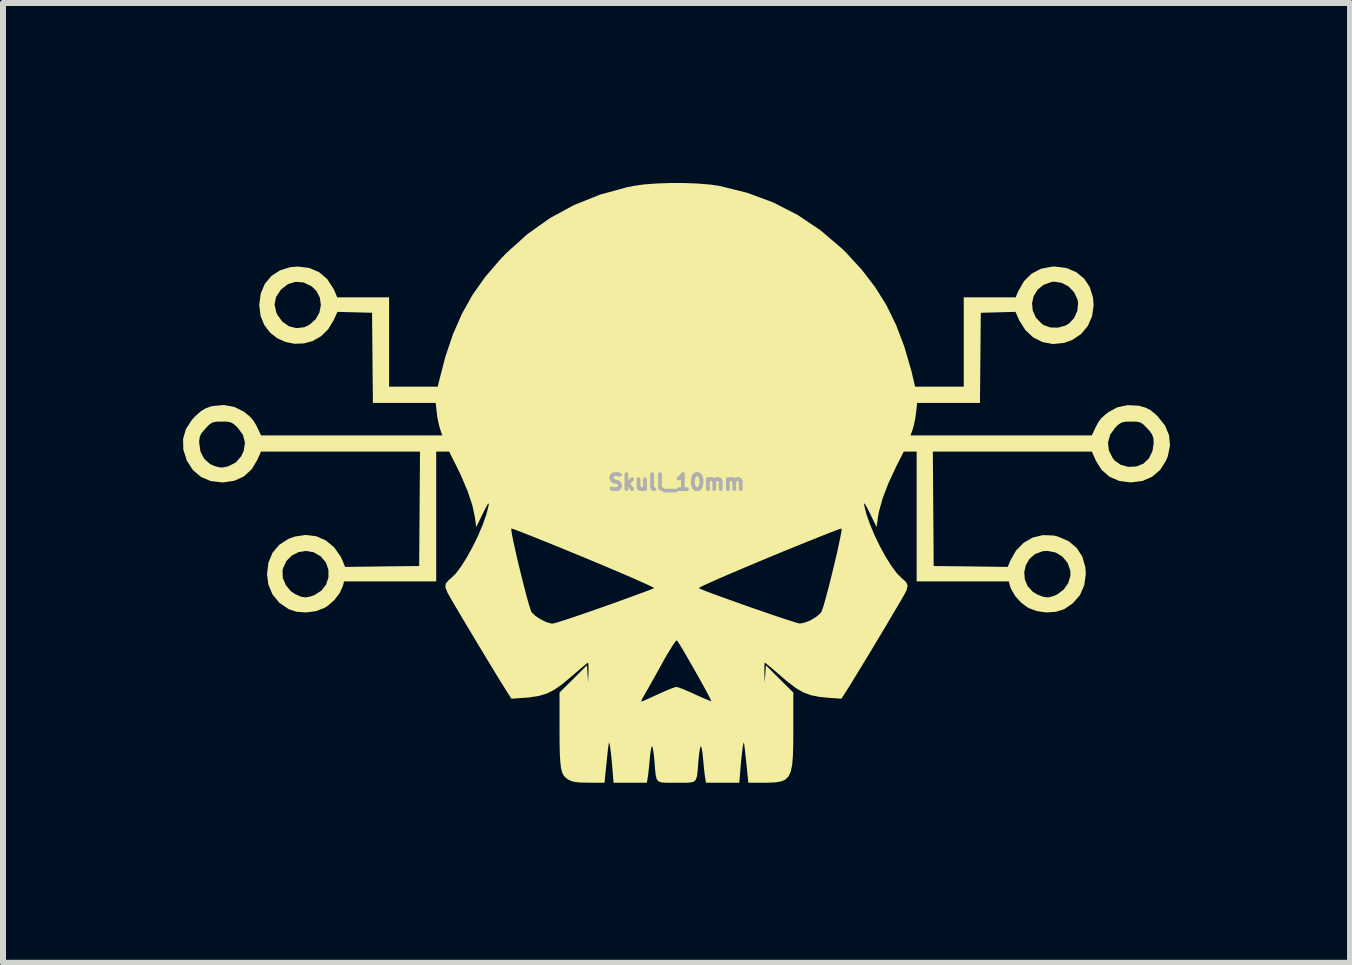
<source format=kicad_pcb>
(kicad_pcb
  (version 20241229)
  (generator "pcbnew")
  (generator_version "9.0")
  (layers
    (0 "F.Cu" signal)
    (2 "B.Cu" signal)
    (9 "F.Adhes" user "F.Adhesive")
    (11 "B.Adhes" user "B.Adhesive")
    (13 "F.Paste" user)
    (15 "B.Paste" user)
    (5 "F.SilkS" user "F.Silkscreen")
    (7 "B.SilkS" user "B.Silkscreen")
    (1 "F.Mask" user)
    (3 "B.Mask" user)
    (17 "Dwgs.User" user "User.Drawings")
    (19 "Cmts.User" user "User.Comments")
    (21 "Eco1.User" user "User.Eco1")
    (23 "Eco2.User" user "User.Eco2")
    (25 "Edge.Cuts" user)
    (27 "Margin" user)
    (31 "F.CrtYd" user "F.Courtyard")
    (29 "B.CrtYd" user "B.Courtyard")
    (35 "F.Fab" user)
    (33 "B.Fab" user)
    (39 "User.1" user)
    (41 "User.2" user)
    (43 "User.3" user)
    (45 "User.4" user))
  (footprint "Skull_10mm"
    (layer "F.Cu")
    (at 8.222 4.989)
    (property "Reference" "Skull_10mm" (at 0 0 0) (layer "F.Fab") (effects (font (size 0.25 0.25) (thickness 0.3))))
    (attr board_only exclude_from_pos_files exclude_from_bom)
    (fp_poly (pts (xy 0.133 -4.989) (xy 0.362 -4.98) (xy 0.567 -4.963) (xy 0.717 -4.941) (xy 1.18 -4.826) (xy 1.614 -4.665) (xy 2.02 -4.457) (xy 2.399 -4.203) (xy 2.752 -3.902) (xy 2.827 -3.829) (xy 3.088 -3.546) (xy 3.311 -3.255) (xy 3.502 -2.949) (xy 3.663 -2.618) (xy 3.8 -2.256) (xy 3.917 -1.852) (xy 3.96 -1.67) (xy 3.977 -1.596) (xy 4.788 -1.596) (xy 4.788 -2.985) (xy 5.926 -2.985) (xy 5.938 -2.862) (xy 5.991 -2.745) (xy 6.087 -2.645) (xy 6.12 -2.622) (xy 6.23 -2.582) (xy 6.357 -2.579) (xy 6.481 -2.613) (xy 6.541 -2.647) (xy 6.627 -2.739) (xy 6.681 -2.86) (xy 6.694 -2.989) (xy 6.684 -3.047) (xy 6.627 -3.169) (xy 6.535 -3.265) (xy 6.42 -3.326) (xy 6.294 -3.345) (xy 6.25 -3.34) (xy 6.117 -3.292) (xy 6.017 -3.21) (xy 5.953 -3.104) (xy 5.926 -2.985) (xy 4.788 -2.985) (xy 4.788 -3.084) (xy 5.653 -3.084) (xy 5.695 -3.184) (xy 5.791 -3.353) (xy 5.919 -3.479) (xy 6.076 -3.561) (xy 6.26 -3.596) (xy 6.309 -3.597) (xy 6.499 -3.573) (xy 6.663 -3.504) (xy 6.794 -3.396) (xy 6.889 -3.253) (xy 6.942 -3.08) (xy 6.952 -2.955) (xy 6.927 -2.771) (xy 6.856 -2.608) (xy 6.744 -2.473) (xy 6.597 -2.374) (xy 6.461 -2.325) (xy 6.276 -2.306) (xy 6.102 -2.338) (xy 5.945 -2.417) (xy 5.813 -2.54) (xy 5.712 -2.702) (xy 5.707 -2.713) (xy 5.65 -2.842) (xy 5.072 -2.827) (xy 5.065 -2.076) (xy 5.058 -1.325) (xy 4.011 -1.325) (xy 3.994 -1.165) (xy 3.978 -1.054) (xy 3.955 -0.946) (xy 3.94 -0.895) (xy 3.902 -0.784) (xy 6.922 -0.784) (xy 6.976 -0.899) (xy 7.027 -0.998) (xy 7.078 -1.068) (xy 7.15 -1.134) (xy 7.197 -1.17) (xy 7.348 -1.252) (xy 7.521 -1.288) (xy 7.704 -1.278) (xy 7.725 -1.273) (xy 7.821 -1.245) (xy 7.9 -1.204) (xy 7.983 -1.136) (xy 8.021 -1.1) (xy 8.141 -0.95) (xy 8.21 -0.786) (xy 8.225 -0.613) (xy 8.188 -0.434) (xy 8.159 -0.364) (xy 8.06 -0.207) (xy 7.927 -0.094) (xy 7.765 -0.024) (xy 7.574 -0.000009) (xy 7.57 0) (xy 7.381 -0.024) (xy 7.219 -0.093) (xy 7.087 -0.207) (xy 6.989 -0.362) (xy 6.982 -0.379) (xy 6.923 -0.514) (xy 4.273 -0.514) (xy 4.28 0.44) (xy 4.287 1.393) (xy 4.904 1.4) (xy 5.521 1.408) (xy 5.563 1.306) (xy 5.658 1.137) (xy 5.785 1.007) (xy 5.937 0.919) (xy 6.107 0.878) (xy 6.288 0.885) (xy 6.361 0.903) (xy 6.535 0.979) (xy 6.67 1.091) (xy 6.764 1.237) (xy 6.814 1.412) (xy 6.822 1.527) (xy 6.796 1.716) (xy 6.723 1.88) (xy 6.604 2.016) (xy 6.46 2.113) (xy 6.323 2.156) (xy 6.164 2.167) (xy 6.003 2.144) (xy 5.864 2.091) (xy 5.747 2.006) (xy 5.646 1.895) (xy 5.576 1.775) (xy 5.557 1.722) (xy 5.539 1.65) (xy 4.003 1.65) (xy 4.003 1.497) (xy 5.796 1.497) (xy 5.806 1.617) (xy 5.853 1.729) (xy 5.939 1.823) (xy 6.018 1.87) (xy 6.118 1.908) (xy 6.2 1.916) (xy 6.287 1.892) (xy 6.347 1.865) (xy 6.451 1.788) (xy 6.527 1.681) (xy 6.565 1.558) (xy 6.564 1.47) (xy 6.518 1.34) (xy 6.432 1.236) (xy 6.317 1.167) (xy 6.183 1.141) (xy 6.103 1.147) (xy 5.977 1.194) (xy 5.883 1.275) (xy 5.822 1.38) (xy 5.796 1.497) (xy 4.003 1.497) (xy 4.003 -0.514) (xy 3.788 -0.514) (xy 3.655 -0.25) (xy 3.53 0.02) (xy 3.436 0.268) (xy 3.375 0.486) (xy 3.358 0.582) (xy 3.336 0.744) (xy 3.224 0.514) (xy 3.172 0.412) (xy 3.14 0.358) (xy 3.127 0.349) (xy 3.129 0.379) (xy 3.166 0.529) (xy 3.226 0.7) (xy 3.303 0.883) (xy 3.392 1.066) (xy 3.487 1.24) (xy 3.583 1.393) (xy 3.675 1.516) (xy 3.757 1.598) (xy 3.762 1.601) (xy 3.83 1.663) (xy 3.853 1.722) (xy 3.835 1.797) (xy 3.816 1.835) (xy 3.788 1.886) (xy 3.737 1.975) (xy 3.665 2.096) (xy 3.579 2.242) (xy 3.482 2.406) (xy 3.378 2.579) (xy 3.272 2.756) (xy 3.168 2.929) (xy 3.07 3.09) (xy 2.982 3.233) (xy 2.91 3.351) (xy 2.868 3.418) (xy 2.75 3.604) (xy 2.559 3.591) (xy 2.382 3.574) (xy 2.238 3.545) (xy 2.11 3.497) (xy 1.986 3.424) (xy 1.849 3.319) (xy 1.76 3.243) (xy 1.658 3.155) (xy 1.571 3.081) (xy 1.508 3.029) (xy 1.475 3.004) (xy 1.473 3.003) (xy 1.467 3.027) (xy 1.465 3.091) (xy 1.466 3.172) (xy 1.471 3.341) (xy 1.481 3.194) (xy 1.491 3.047) (xy 1.719 3.275) (xy 1.948 3.502) (xy 1.948 4.119) (xy 1.947 4.361) (xy 1.941 4.554) (xy 1.929 4.704) (xy 1.906 4.817) (xy 1.87 4.897) (xy 1.818 4.95) (xy 1.746 4.982) (xy 1.652 4.998) (xy 1.533 5.004) (xy 1.452 5.004) (xy 1.198 5.004) (xy 1.165 4.673) (xy 1.151 4.546) (xy 1.139 4.439) (xy 1.13 4.365) (xy 1.124 4.334) (xy 1.124 4.334) (xy 1.115 4.352) (xy 1.104 4.417) (xy 1.091 4.521) (xy 1.077 4.655) (xy 1.066 4.781) (xy 1.048 5.004) (xy 0.493 5.004) (xy 0.478 4.916) (xy 0.468 4.847) (xy 0.457 4.744) (xy 0.446 4.628) (xy 0.444 4.606) (xy 0.434 4.506) (xy 0.421 4.432) (xy 0.409 4.397) (xy 0.406 4.396) (xy 0.394 4.427) (xy 0.382 4.498) (xy 0.37 4.598) (xy 0.366 4.645) (xy 0.355 4.79) (xy 0.344 4.89) (xy 0.324 4.953) (xy 0.287 4.988) (xy 0.224 5.002) (xy 0.127 5.005) (xy 0 5.004) (xy -0.136 5.005) (xy -0.231 5.002) (xy -0.291 4.986) (xy -0.327 4.949) (xy -0.345 4.883) (xy -0.356 4.78) (xy -0.366 4.645) (xy -0.377 4.538) (xy -0.389 4.453) (xy -0.401 4.403) (xy -0.406 4.396) (xy -0.417 4.415) (xy -0.429 4.476) (xy -0.441 4.568) (xy -0.444 4.606) (xy -0.455 4.723) (xy -0.466 4.83) (xy -0.476 4.907) (xy -0.478 4.916) (xy -0.493 5.004) (xy -1.048 5.004) (xy -1.066 4.781) (xy -1.079 4.627) (xy -1.093 4.498) (xy -1.106 4.401) (xy -1.117 4.345) (xy -1.124 4.334) (xy -1.129 4.362) (xy -1.139 4.434) (xy -1.151 4.538) (xy -1.164 4.664) (xy -1.165 4.673) (xy -1.198 5.004) (xy -1.458 5.004) (xy -1.592 5.002) (xy -1.685 4.993) (xy -1.752 4.977) (xy -1.802 4.953) (xy -1.845 4.922) (xy -1.879 4.884) (xy -1.905 4.833) (xy -1.923 4.761) (xy -1.935 4.662) (xy -1.943 4.53) (xy -1.947 4.358) (xy -1.948 4.139) (xy -1.948 4.114) (xy -1.948 3.65) (xy -0.586 3.65) (xy -0.583 3.652) (xy -0.554 3.641) (xy -0.486 3.612) (xy -0.391 3.569) (xy -0.307 3.53) (xy -0.195 3.48) (xy -0.097 3.439) (xy -0.027 3.414) (xy 0 3.408) (xy 0.043 3.419) (xy 0.122 3.449) (xy 0.224 3.493) (xy 0.31 3.532) (xy 0.418 3.581) (xy 0.506 3.619) (xy 0.564 3.642) (xy 0.581 3.647) (xy 0.572 3.621) (xy 0.539 3.556) (xy 0.489 3.462) (xy 0.426 3.347) (xy 0.354 3.218) (xy 0.278 3.084) (xy 0.203 2.953) (xy 0.134 2.834) (xy 0.075 2.735) (xy 0.031 2.665) (xy 0.007 2.632) (xy 0.005 2.63) (xy -0.016 2.65) (xy -0.058 2.71) (xy -0.116 2.803) (xy -0.186 2.921) (xy -0.257 3.049) (xy -0.337 3.193) (xy -0.412 3.327) (xy -0.476 3.44) (xy -0.524 3.524) (xy -0.547 3.564) (xy -0.577 3.62) (xy -0.586 3.65) (xy -1.948 3.65) (xy -1.948 3.502) (xy -1.491 3.047) (xy -1.481 3.194) (xy -1.471 3.341) (xy -1.466 3.172) (xy -1.465 3.084) (xy -1.468 3.023) (xy -1.473 3.003) (xy -1.496 3.019) (xy -1.552 3.065) (xy -1.634 3.134) (xy -1.732 3.219) (xy -1.76 3.243) (xy -1.91 3.368) (xy -2.04 3.458) (xy -2.164 3.52) (xy -2.297 3.559) (xy -2.453 3.583) (xy -2.559 3.591) (xy -2.75 3.604) (xy -2.868 3.418) (xy -2.926 3.325) (xy -3.002 3.201) (xy -3.092 3.053) (xy -3.192 2.888) (xy -3.297 2.714) (xy -3.403 2.537) (xy -3.506 2.365) (xy -3.601 2.205) (xy -3.684 2.065) (xy -3.751 1.95) (xy -3.797 1.87) (xy -3.816 1.835) (xy -3.85 1.749) (xy -3.845 1.686) (xy -3.795 1.628) (xy -3.762 1.601) (xy -3.68 1.522) (xy -3.589 1.402) (xy -3.493 1.25) (xy -3.398 1.077) (xy -3.308 0.894) (xy -3.254 0.768) (xy -2.752 0.768) (xy -2.751 0.799) (xy -2.739 0.874) (xy -2.717 0.984) (xy -2.687 1.121) (xy -2.652 1.276) (xy -2.612 1.442) (xy -2.571 1.608) (xy -2.531 1.767) (xy -2.493 1.911) (xy -2.459 2.03) (xy -2.432 2.116) (xy -2.414 2.162) (xy -2.413 2.164) (xy -2.352 2.223) (xy -2.262 2.282) (xy -2.166 2.329) (xy -2.082 2.352) (xy -2.067 2.353) (xy -2.028 2.345) (xy -1.944 2.32) (xy -1.823 2.281) (xy -1.671 2.23) (xy -1.495 2.17) (xy -1.301 2.102) (xy -1.2 2.067) (xy -1.002 1.996) (xy -0.82 1.93) (xy -0.661 1.872) (xy -0.53 1.824) (xy -0.435 1.788) (xy -0.381 1.766) (xy -0.372 1.761) (xy -0.372 1.761) (xy 0.372 1.761) (xy 0.372 1.761) (xy 0.405 1.777) (xy 0.482 1.808) (xy 0.594 1.851) (xy 0.736 1.903) (xy 0.898 1.961) (xy 1.074 2.024) (xy 1.255 2.088) (xy 1.436 2.15) (xy 1.606 2.209) (xy 1.76 2.261) (xy 1.89 2.303) (xy 1.988 2.334) (xy 2.046 2.35) (xy 2.057 2.352) (xy 2.122 2.34) (xy 2.207 2.31) (xy 2.245 2.292) (xy 2.327 2.242) (xy 2.394 2.185) (xy 2.413 2.164) (xy 2.43 2.123) (xy 2.456 2.041) (xy 2.489 1.924) (xy 2.527 1.783) (xy 2.567 1.625) (xy 2.608 1.459) (xy 2.648 1.293) (xy 2.684 1.137) (xy 2.714 0.997) (xy 2.737 0.884) (xy 2.751 0.805) (xy 2.752 0.769) (xy 2.752 0.768) (xy 2.725 0.775) (xy 2.653 0.801) (xy 2.541 0.844) (xy 2.393 0.903) (xy 2.216 0.974) (xy 2.013 1.056) (xy 1.789 1.147) (xy 1.55 1.246) (xy 1.545 1.248) (xy 1.307 1.347) (xy 1.085 1.441) (xy 0.885 1.526) (xy 0.711 1.601) (xy 0.568 1.665) (xy 0.461 1.714) (xy 0.394 1.747) (xy 0.372 1.761) (xy -0.372 1.761) (xy -0.392 1.747) (xy -0.458 1.715) (xy -0.564 1.667) (xy -0.705 1.604) (xy -0.878 1.529) (xy -1.078 1.444) (xy -1.298 1.351) (xy -1.536 1.252) (xy -1.545 1.248) (xy -1.784 1.15) (xy -2.008 1.058) (xy -2.211 0.976) (xy -2.39 0.904) (xy -2.538 0.846) (xy -2.651 0.802) (xy -2.723 0.776) (xy -2.751 0.768) (xy -2.752 0.768) (xy -3.254 0.768) (xy -3.23 0.711) (xy -3.169 0.539) (xy -3.13 0.387) (xy -3.129 0.379) (xy -3.127 0.348) (xy -3.143 0.362) (xy -3.177 0.421) (xy -3.224 0.514) (xy -3.336 0.744) (xy -3.358 0.582) (xy -3.401 0.381) (xy -3.479 0.147) (xy -3.589 -0.113) (xy -3.655 -0.25) (xy -3.788 -0.514) (xy -4.003 -0.514) (xy -4.003 1.65) (xy -5.539 1.65) (xy -5.557 1.722) (xy -5.609 1.84) (xy -5.698 1.958) (xy -5.81 2.056) (xy -5.864 2.091) (xy -6.008 2.145) (xy -6.169 2.167) (xy -6.328 2.156) (xy -6.46 2.113) (xy -6.618 2.005) (xy -6.732 1.865) (xy -6.801 1.699) (xy -6.822 1.527) (xy -6.815 1.47) (xy -6.564 1.47) (xy -6.559 1.592) (xy -6.509 1.712) (xy -6.425 1.813) (xy -6.349 1.864) (xy -6.254 1.905) (xy -6.179 1.917) (xy -6.098 1.901) (xy -6.032 1.877) (xy -5.918 1.805) (xy -5.839 1.704) (xy -5.799 1.584) (xy -5.799 1.458) (xy -5.84 1.337) (xy -5.926 1.233) (xy -5.927 1.233) (xy -6.045 1.164) (xy -6.173 1.142) (xy -6.299 1.162) (xy -6.412 1.22) (xy -6.502 1.313) (xy -6.557 1.436) (xy -6.564 1.47) (xy -6.815 1.47) (xy -6.799 1.336) (xy -6.731 1.173) (xy -6.619 1.04) (xy -6.468 0.942) (xy -6.361 0.903) (xy -6.177 0.875) (xy -6.002 0.897) (xy -5.842 0.967) (xy -5.704 1.081) (xy -5.596 1.235) (xy -5.563 1.306) (xy -5.521 1.408) (xy -4.904 1.4) (xy -4.287 1.393) (xy -4.28 0.44) (xy -4.273 -0.514) (xy -6.923 -0.514) (xy -6.982 -0.379) (xy -7.077 -0.22) (xy -7.205 -0.102) (xy -7.365 -0.028) (xy -7.551 -0.000208) (xy -7.57 0) (xy -7.761 -0.023) (xy -7.924 -0.092) (xy -8.057 -0.205) (xy -8.157 -0.36) (xy -8.159 -0.364) (xy -8.217 -0.545) (xy -8.22 -0.662) (xy -7.953 -0.662) (xy -7.931 -0.513) (xy -7.868 -0.392) (xy -7.769 -0.305) (xy -7.692 -0.271) (xy -7.618 -0.252) (xy -7.564 -0.248) (xy -7.498 -0.261) (xy -7.464 -0.271) (xy -7.344 -0.331) (xy -7.253 -0.435) (xy -7.21 -0.528) (xy -7.19 -0.663) (xy -7.191 -0.665) (xy 7.192 -0.665) (xy 7.206 -0.532) (xy 7.271 -0.404) (xy 7.306 -0.362) (xy 7.407 -0.292) (xy 7.531 -0.259) (xy 7.662 -0.265) (xy 7.782 -0.312) (xy 7.785 -0.315) (xy 7.875 -0.403) (xy 7.934 -0.525) (xy 7.953 -0.657) (xy 7.948 -0.739) (xy 7.926 -0.801) (xy 7.878 -0.866) (xy 7.846 -0.9) (xy 7.784 -0.964) (xy 7.733 -0.998) (xy 7.673 -1.012) (xy 7.582 -1.014) (xy 7.576 -1.014) (xy 7.481 -1.012) (xy 7.419 -0.998) (xy 7.367 -0.965) (xy 7.316 -0.917) (xy 7.229 -0.797) (xy 7.192 -0.665) (xy -7.191 -0.665) (xy -7.223 -0.791) (xy -7.31 -0.911) (xy -7.316 -0.917) (xy -7.375 -0.972) (xy -7.427 -1.001) (xy -7.494 -1.013) (xy -7.576 -1.014) (xy -7.67 -1.012) (xy -7.731 -0.999) (xy -7.782 -0.966) (xy -7.843 -0.904) (xy -7.846 -0.9) (xy -7.91 -0.826) (xy -7.942 -0.765) (xy -7.952 -0.694) (xy -7.953 -0.662) (xy -8.22 -0.662) (xy -8.222 -0.721) (xy -8.174 -0.888) (xy -8.073 -1.044) (xy -8.021 -1.1) (xy -7.931 -1.181) (xy -7.853 -1.231) (xy -7.766 -1.263) (xy -7.725 -1.273) (xy -7.543 -1.29) (xy -7.368 -1.258) (xy -7.213 -1.182) (xy -7.197 -1.17) (xy -7.11 -1.099) (xy -7.051 -1.034) (xy -7.002 -0.952) (xy -6.976 -0.899) (xy -6.922 -0.784) (xy -3.902 -0.784) (xy -3.94 -0.895) (xy -3.964 -0.987) (xy -3.986 -1.1) (xy -3.994 -1.165) (xy -4.011 -1.325) (xy -5.058 -1.325) (xy -5.065 -2.076) (xy -5.072 -2.827) (xy -5.65 -2.842) (xy -5.707 -2.713) (xy -5.802 -2.554) (xy -5.922 -2.436) (xy -6.06 -2.357) (xy -6.21 -2.316) (xy -6.363 -2.31) (xy -6.513 -2.34) (xy -6.651 -2.402) (xy -6.772 -2.496) (xy -6.867 -2.621) (xy -6.93 -2.774) (xy -6.952 -2.955) (xy -6.951 -2.964) (xy -6.697 -2.964) (xy -6.668 -2.833) (xy -6.649 -2.792) (xy -6.565 -2.677) (xy -6.456 -2.602) (xy -6.331 -2.571) (xy -6.202 -2.586) (xy -6.12 -2.624) (xy -6.015 -2.715) (xy -5.95 -2.829) (xy -5.925 -2.954) (xy -5.942 -3.079) (xy -6 -3.192) (xy -6.079 -3.268) (xy -6.21 -3.331) (xy -6.345 -3.343) (xy -6.474 -3.304) (xy -6.588 -3.215) (xy -6.595 -3.207) (xy -6.673 -3.087) (xy -6.697 -2.964) (xy -6.951 -2.964) (xy -6.928 -3.145) (xy -6.86 -3.308) (xy -6.751 -3.439) (xy -6.608 -3.533) (xy -6.434 -3.587) (xy -6.309 -3.597) (xy -6.118 -3.574) (xy -5.954 -3.503) (xy -5.819 -3.388) (xy -5.715 -3.228) (xy -5.695 -3.184) (xy -5.653 -3.084) (xy -4.788 -3.084) (xy -4.788 -1.596) (xy -3.977 -1.596) (xy -3.96 -1.67) (xy -3.851 -2.093) (xy -3.723 -2.472) (xy -3.572 -2.815) (xy -3.395 -3.13) (xy -3.185 -3.426) (xy -2.941 -3.711) (xy -2.827 -3.829) (xy -2.48 -4.14) (xy -2.107 -4.405) (xy -1.707 -4.622) (xy -1.279 -4.794) (xy -0.823 -4.919) (xy -0.717 -4.941) (xy -0.546 -4.965) (xy -0.337 -4.981) (xy -0.106 -4.989)) (stroke (width 0) (type solid)) (fill yes) (layer "F.SilkS")))
  (gr_rect
    (start -3 -3)
    (end 19.447 12.994)
    (stroke (width 0.1) (type default))
    (fill no)
    (layer "Edge.Cuts")))
</source>
